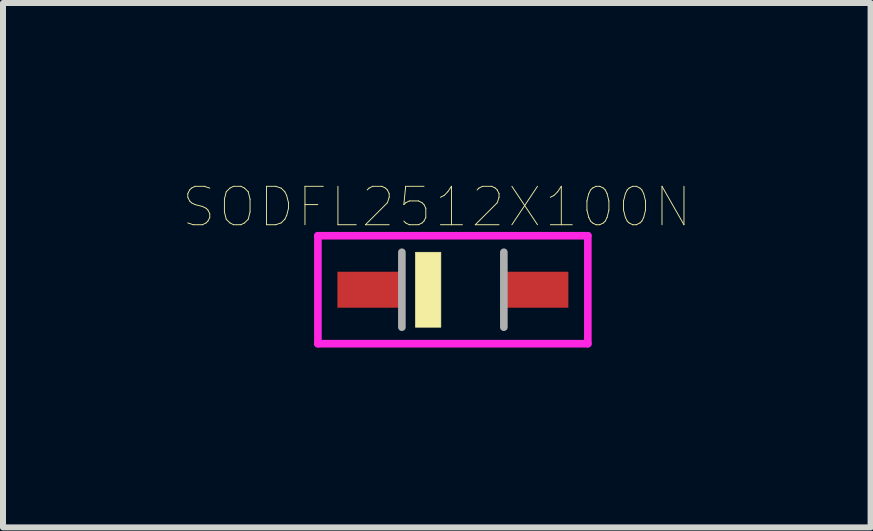
<source format=kicad_pcb>
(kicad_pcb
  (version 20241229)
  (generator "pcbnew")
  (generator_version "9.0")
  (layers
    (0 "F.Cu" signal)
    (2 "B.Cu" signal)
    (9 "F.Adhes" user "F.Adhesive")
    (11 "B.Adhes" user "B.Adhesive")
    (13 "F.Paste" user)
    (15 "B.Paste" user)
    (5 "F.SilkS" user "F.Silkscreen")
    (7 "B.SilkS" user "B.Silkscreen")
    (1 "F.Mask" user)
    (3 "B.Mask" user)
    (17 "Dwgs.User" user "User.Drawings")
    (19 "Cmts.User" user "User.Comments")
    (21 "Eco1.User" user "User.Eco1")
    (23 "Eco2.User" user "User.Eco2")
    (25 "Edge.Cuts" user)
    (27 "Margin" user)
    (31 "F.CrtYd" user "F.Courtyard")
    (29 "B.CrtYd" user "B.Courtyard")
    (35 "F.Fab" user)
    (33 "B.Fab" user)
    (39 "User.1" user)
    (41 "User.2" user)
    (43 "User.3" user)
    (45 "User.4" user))
  (footprint "SODFL2512X100N"
    (layer "F.Cu")
    (at 4.5 1.78)
    (property "Reference" "SODFL2512X100N" (at -0.268 -1.379 0) (layer "F.SilkS") (effects (font (size 0.641 0.641) (thickness 0.015))))
    (attr through_hole)
    (fp_poly (pts (xy -0.625 -0.625) (xy -0.2 -0.625) (xy -0.2 0.625) (xy -0.625 0.625)) (stroke (width 0.01) (type solid)) (fill yes) (layer "F.SilkS"))
    (fp_line (start -2.25 -0.9) (end -2.25 0.9) (stroke (width 0.127) (type solid)) (layer "F.CrtYd"))
    (fp_line (start -2.25 0.9) (end 2.25 0.9) (stroke (width 0.127) (type solid)) (layer "F.CrtYd"))
    (fp_line (start 2.25 -0.9) (end -2.25 -0.9) (stroke (width 0.127) (type solid)) (layer "F.CrtYd"))
    (fp_line (start 2.25 0.9) (end 2.25 -0.9) (stroke (width 0.127) (type solid)) (layer "F.CrtYd"))
    (fp_line (start -0.85 0.625) (end -0.85 -0.625) (stroke (width 0.127) (type solid)) (layer "F.Fab"))
    (fp_line (start 0.85 -0.625) (end 0.85 0.625) (stroke (width 0.127) (type solid)) (layer "F.Fab"))
    (pad "A" smd rect (at 1.4 0) (size 1.05 0.6) (layers "F.Cu" "F.Mask" "F.Paste"))
    (pad "C" smd rect (at -1.4 0) (size 1.05 0.6) (layers "F.Cu" "F.Mask" "F.Paste")))
  (gr_rect
    (start -3 -3)
    (end 11.464 5.743)
    (stroke (width 0.1) (type default))
    (fill no)
    (layer "Edge.Cuts")))
</source>
